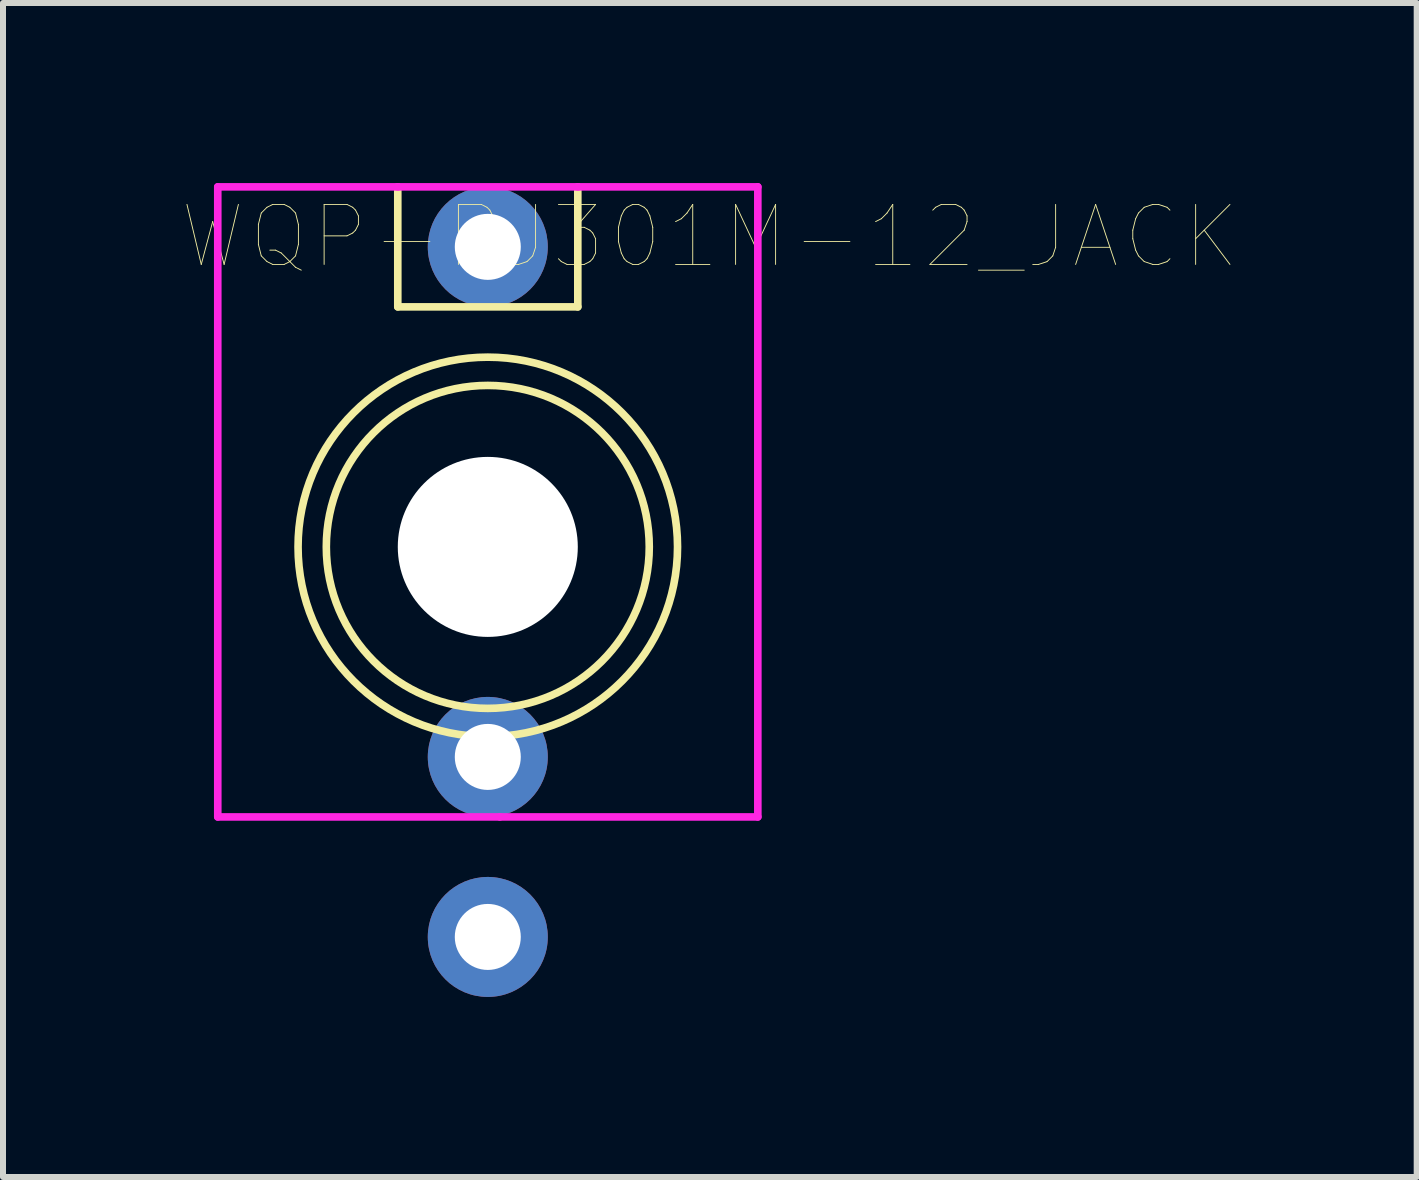
<source format=kicad_pcb>
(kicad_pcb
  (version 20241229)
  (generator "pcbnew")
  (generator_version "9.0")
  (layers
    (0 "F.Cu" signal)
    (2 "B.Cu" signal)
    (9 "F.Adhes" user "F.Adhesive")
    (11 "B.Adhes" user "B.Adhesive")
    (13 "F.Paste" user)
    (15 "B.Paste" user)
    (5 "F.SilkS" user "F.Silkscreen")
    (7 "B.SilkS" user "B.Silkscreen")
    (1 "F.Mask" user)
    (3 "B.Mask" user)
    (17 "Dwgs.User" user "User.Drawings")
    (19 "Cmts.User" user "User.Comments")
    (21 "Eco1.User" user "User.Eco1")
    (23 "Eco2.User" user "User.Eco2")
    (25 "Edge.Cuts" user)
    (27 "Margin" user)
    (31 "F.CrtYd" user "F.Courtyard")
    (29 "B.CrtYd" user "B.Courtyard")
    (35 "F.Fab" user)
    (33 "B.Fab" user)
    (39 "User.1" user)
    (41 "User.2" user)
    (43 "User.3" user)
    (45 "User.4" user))
  (footprint "WQP-PJ301M-12_JACK"
    (layer "F.Cu")
    (at 5.079 6.064)
    (property "Reference" "WQP-PJ301M-12_JACK" (at 3.701 -5.169 0) (layer "F.SilkS") (effects (font (size 1 1) (thickness 0.015))))
    (attr through_hole)
    (fp_line (start -1.5 -6) (end -1.5 -4) (stroke (width 0.127) (type solid)) (layer "F.SilkS"))
    (fp_line (start -1.5 -4) (end 1.5 -4) (stroke (width 0.127) (type solid)) (layer "F.SilkS"))
    (fp_line (start 1.5 -4) (end 1.5 -6) (stroke (width 0.127) (type solid)) (layer "F.SilkS"))
    (fp_circle (center 0 0) (end 2.691 0) (stroke (width 0.127) (type solid)) (fill no) (layer "F.SilkS"))
    (fp_circle (center 0 0) (end 3.162 0) (stroke (width 0.127) (type solid)) (fill no) (layer "F.SilkS"))
    (fp_line (start -4.5 -6) (end -4.5 4.5) (stroke (width 0.127) (type solid)) (layer "F.CrtYd"))
    (fp_line (start -4.5 -6) (end -1.5 -6) (stroke (width 0.127) (type solid)) (layer "F.CrtYd"))
    (fp_line (start -4.5 4.5) (end 0.2 4.5) (stroke (width 0.127) (type solid)) (layer "F.CrtYd"))
    (fp_line (start -1.5 -6) (end 1.5 -6) (stroke (width 0.127) (type solid)) (layer "F.CrtYd"))
    (fp_line (start 0.2 4.5) (end 4.5 4.5) (stroke (width 0.127) (type solid)) (layer "F.CrtYd"))
    (fp_line (start 1.5 -6) (end 4.5 -6) (stroke (width 0.127) (type solid)) (layer "F.CrtYd"))
    (fp_line (start 4.5 4.5) (end 4.5 -6) (stroke (width 0.127) (type solid)) (layer "F.CrtYd"))
    (pad "" np_thru_hole circle (at 0 0) (size 3 3) (drill 3) (layers "*.Cu" "*.Mask"))
    (pad "S" thru_hole circle (at 0 6.5) (size 2 2) (drill 1.1) (layers "*.Cu" "*.Mask"))
    (pad "T" thru_hole circle (at 0 -5) (size 2 2) (drill 1.1) (layers "*.Cu" "*.Mask"))
    (pad "TN" thru_hole circle (at 0 3.5) (size 2 2) (drill 1.1) (layers "*.Cu" "*.Mask")))
  (gr_rect
    (start -3 -3)
    (end 20.559 16.564)
    (stroke (width 0.1) (type default))
    (fill no)
    (layer "Edge.Cuts")))
</source>
